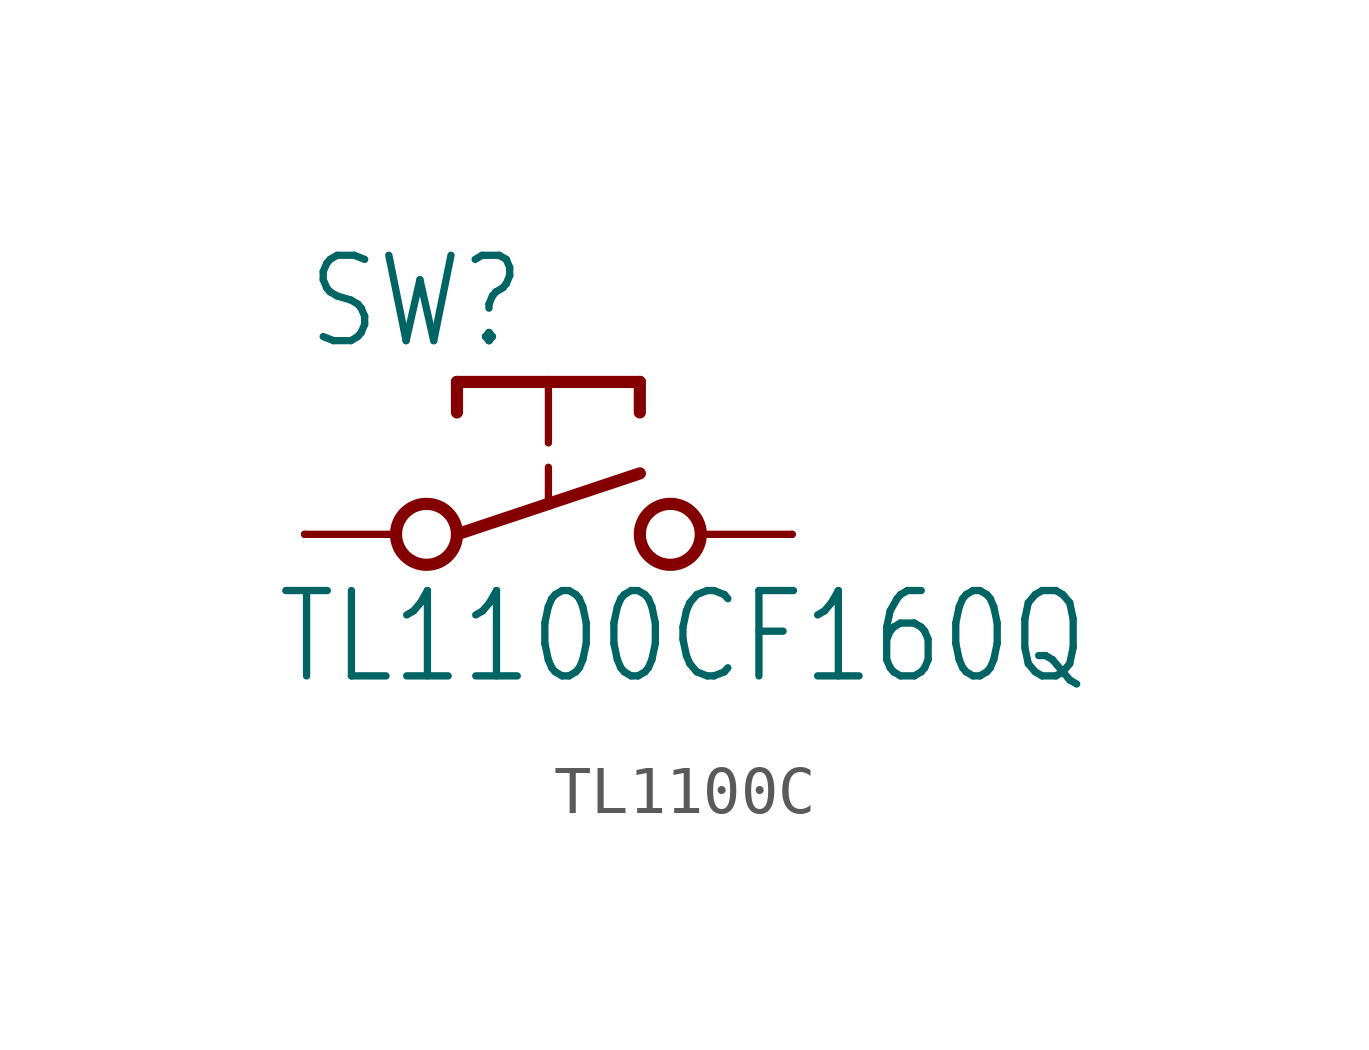
<source format=kicad_sym>
(kicad_symbol_lib
  (version 20220914)
  (generator kicad_symbol_editor)
  (symbol "TL1100C"
    (property "Reference" "SW"
      (at -5.08 3.81 0)
      (effects (font (size 1.778 1.511)) (justify left bottom)))
    (property "Value" "TL1100CF160Q"
      (at -5.715 -3.175 0)
      (effects (font (size 1.778 1.511)) (justify left bottom)))
    (symbol "TL1100C_1_0"
      (circle (center -2.54 0) (radius 0.635) (stroke (width 0.254) (type solid)) (fill (type none)))
      (polyline (pts (xy -5.08 0) (xy -3.175 0)) (stroke (width 0.152) (type solid)) (fill (type none)))
      (polyline (pts (xy -1.905 3.175) (xy -1.905 2.54)) (stroke (width 0.254) (type solid)) (fill (type none)))
      (polyline (pts (xy 0 0.635) (xy -1.905 0)) (stroke (width 0.254) (type solid)) (fill (type none)))
      (polyline (pts (xy 0 0.635) (xy 0 1.397)) (stroke (width 0.152) (type solid)) (fill (type none)))
      (polyline (pts (xy 0 3.175) (xy -1.905 3.175)) (stroke (width 0.254) (type solid)) (fill (type none)))
      (polyline (pts (xy 0 3.175) (xy 0 1.905)) (stroke (width 0.152) (type solid)) (fill (type none)))
      (polyline (pts (xy 1.905 1.27) (xy 0 0.635)) (stroke (width 0.254) (type solid)) (fill (type none)))
      (polyline (pts (xy 1.905 3.175) (xy 0 3.175)) (stroke (width 0.254) (type solid)) (fill (type none)))
      (polyline (pts (xy 1.905 3.175) (xy 1.905 2.54)) (stroke (width 0.254) (type solid)) (fill (type none)))
      (polyline (pts (xy 3.175 0) (xy 5.08 0)) (stroke (width 0.152) (type solid)) (fill (type none)))
      (circle (center 2.54 0) (radius 0.635) (stroke (width 0.254) (type solid)) (fill (type none)))
      (pin passive line (at -5.08 0 0) (length 0) (name "1" (effects (font (size 0 0)))) (number "1" (effects (font (size 0 0)))))
      (pin passive line (at 5.08 0 180) (length 0) (name "2" (effects (font (size 0 0)))) (number "2" (effects (font (size 0 0))))))))
</source>
